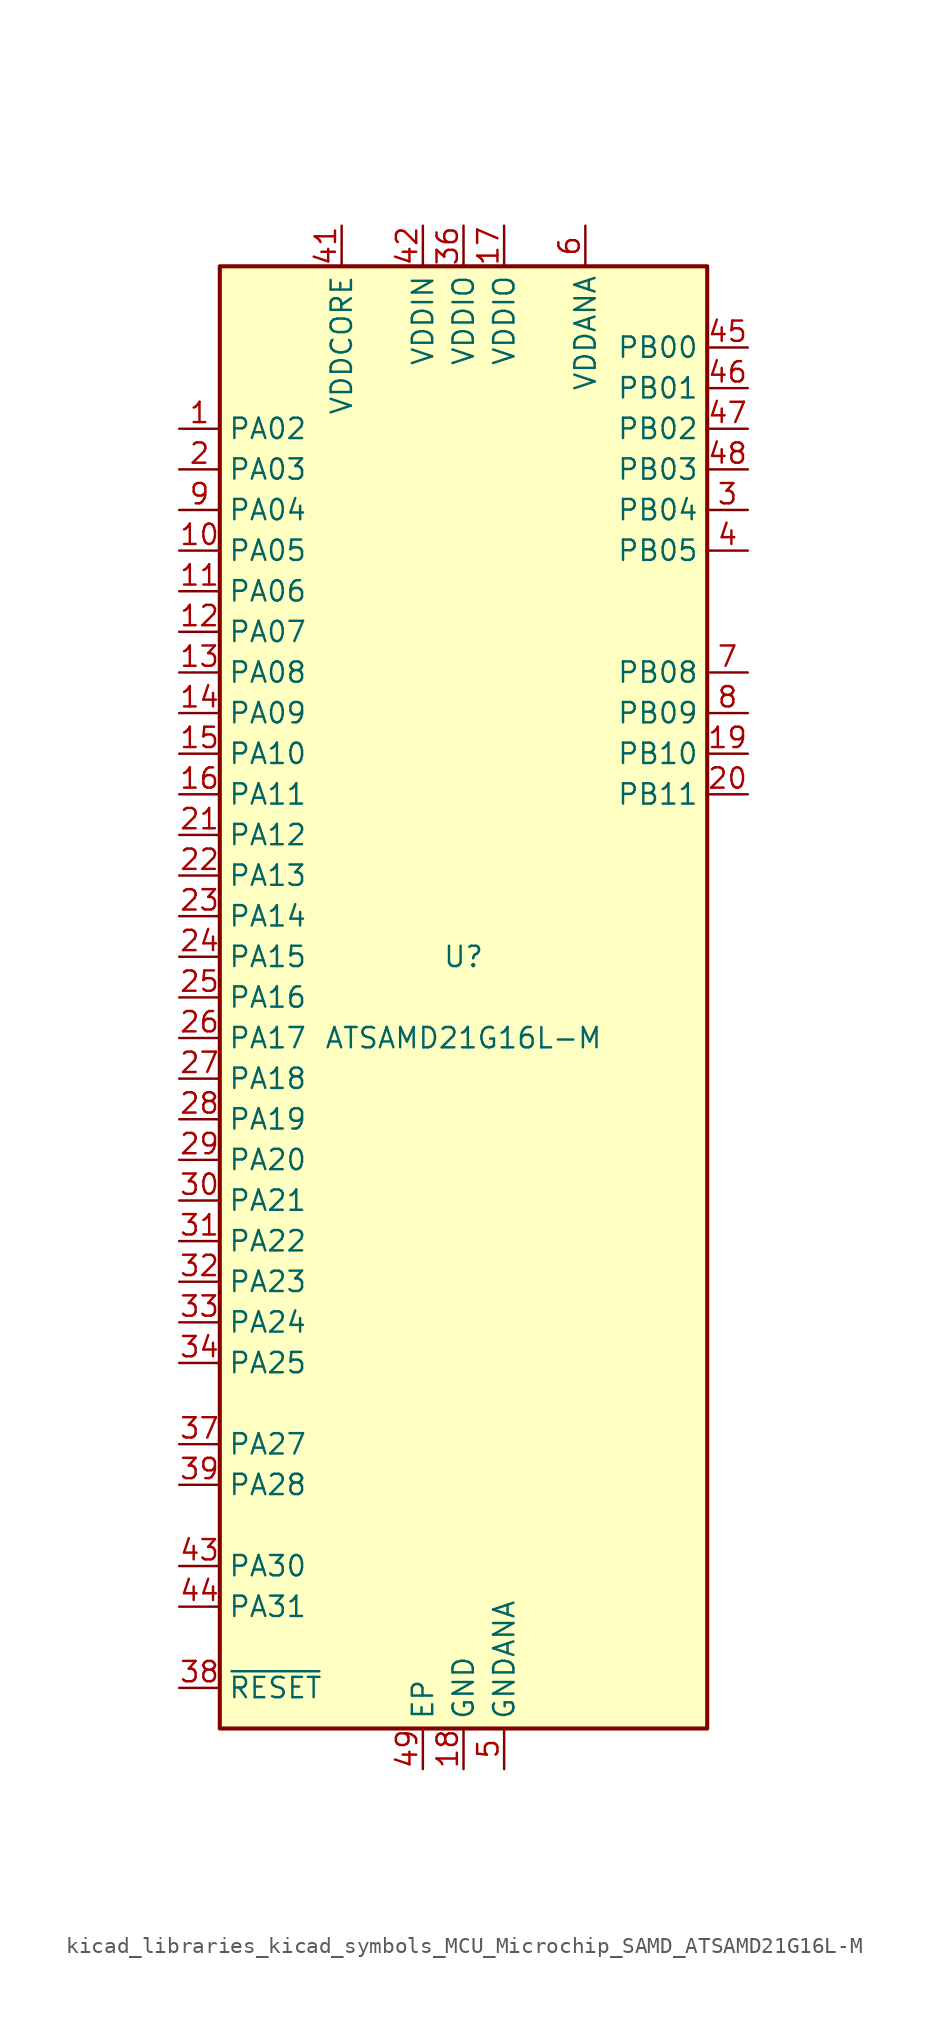
<source format=kicad_sym>
(kicad_symbol_lib
  (version 20220914)
  (generator kicad_symbol_editor)
  (symbol "kicad_libraries_kicad_symbols_MCU_Microchip_SAMD_ATSAMD21G16L-M"
    (property "Reference" "U"
      (at 0 2.54 0)
      (effects (font (size 1.27 1.27))))
    (property "Value" "ATSAMD21G16L-M"
      (at 0 -2.54 0)
      (effects (font (size 1.27 1.27))))
    (symbol "kicad_libraries_kicad_symbols_MCU_Microchip_SAMD_ATSAMD21G16L-M_0_1"
      (rectangle (start -15.24 45.72) (end 15.24 -45.72) (stroke (width 0.254) (type default)) (fill (type background))))
    (symbol "kicad_libraries_kicad_symbols_MCU_Microchip_SAMD_ATSAMD21G16L-M_1_1"
      (pin bidirectional line (at -17.78 35.56 0) (length 2.54) (name "PA02" (effects (font (size 1.27 1.27)))) (number "1" (effects (font (size 1.27 1.27)))))
      (pin bidirectional line (at -17.78 27.94 0) (length 2.54) (name "PA05" (effects (font (size 1.27 1.27)))) (number "10" (effects (font (size 1.27 1.27)))))
      (pin bidirectional line (at -17.78 25.4 0) (length 2.54) (name "PA06" (effects (font (size 1.27 1.27)))) (number "11" (effects (font (size 1.27 1.27)))))
      (pin bidirectional line (at -17.78 22.86 0) (length 2.54) (name "PA07" (effects (font (size 1.27 1.27)))) (number "12" (effects (font (size 1.27 1.27)))))
      (pin bidirectional line (at -17.78 20.32 0) (length 2.54) (name "PA08" (effects (font (size 1.27 1.27)))) (number "13" (effects (font (size 1.27 1.27)))))
      (pin bidirectional line (at -17.78 17.78 0) (length 2.54) (name "PA09" (effects (font (size 1.27 1.27)))) (number "14" (effects (font (size 1.27 1.27)))))
      (pin bidirectional line (at -17.78 15.24 0) (length 2.54) (name "PA10" (effects (font (size 1.27 1.27)))) (number "15" (effects (font (size 1.27 1.27)))))
      (pin bidirectional line (at -17.78 12.7 0) (length 2.54) (name "PA11" (effects (font (size 1.27 1.27)))) (number "16" (effects (font (size 1.27 1.27)))))
      (pin power_in line (at 2.54 48.26 270) (length 2.54) (name "VDDIO" (effects (font (size 1.27 1.27)))) (number "17" (effects (font (size 1.27 1.27)))))
      (pin power_in line (at 0 -48.26 90) (length 2.54) (name "GND" (effects (font (size 1.27 1.27)))) (number "18" (effects (font (size 1.27 1.27)))))
      (pin bidirectional line (at 17.78 15.24 180) (length 2.54) (name "PB10" (effects (font (size 1.27 1.27)))) (number "19" (effects (font (size 1.27 1.27)))))
      (pin bidirectional line (at -17.78 33.02 0) (length 2.54) (name "PA03" (effects (font (size 1.27 1.27)))) (number "2" (effects (font (size 1.27 1.27)))))
      (pin bidirectional line (at 17.78 12.7 180) (length 2.54) (name "PB11" (effects (font (size 1.27 1.27)))) (number "20" (effects (font (size 1.27 1.27)))))
      (pin bidirectional line (at -17.78 10.16 0) (length 2.54) (name "PA12" (effects (font (size 1.27 1.27)))) (number "21" (effects (font (size 1.27 1.27)))))
      (pin bidirectional line (at -17.78 7.62 0) (length 2.54) (name "PA13" (effects (font (size 1.27 1.27)))) (number "22" (effects (font (size 1.27 1.27)))))
      (pin bidirectional line (at -17.78 5.08 0) (length 2.54) (name "PA14" (effects (font (size 1.27 1.27)))) (number "23" (effects (font (size 1.27 1.27)))))
      (pin bidirectional line (at -17.78 2.54 0) (length 2.54) (name "PA15" (effects (font (size 1.27 1.27)))) (number "24" (effects (font (size 1.27 1.27)))))
      (pin bidirectional line (at -17.78 0 0) (length 2.54) (name "PA16" (effects (font (size 1.27 1.27)))) (number "25" (effects (font (size 1.27 1.27)))))
      (pin bidirectional line (at -17.78 -2.54 0) (length 2.54) (name "PA17" (effects (font (size 1.27 1.27)))) (number "26" (effects (font (size 1.27 1.27)))))
      (pin bidirectional line (at -17.78 -5.08 0) (length 2.54) (name "PA18" (effects (font (size 1.27 1.27)))) (number "27" (effects (font (size 1.27 1.27)))))
      (pin bidirectional line (at -17.78 -7.62 0) (length 2.54) (name "PA19" (effects (font (size 1.27 1.27)))) (number "28" (effects (font (size 1.27 1.27)))))
      (pin bidirectional line (at -17.78 -10.16 0) (length 2.54) (name "PA20" (effects (font (size 1.27 1.27)))) (number "29" (effects (font (size 1.27 1.27)))))
      (pin bidirectional line (at 17.78 30.48 180) (length 2.54) (name "PB04" (effects (font (size 1.27 1.27)))) (number "3" (effects (font (size 1.27 1.27)))))
      (pin bidirectional line (at -17.78 -12.7 0) (length 2.54) (name "PA21" (effects (font (size 1.27 1.27)))) (number "30" (effects (font (size 1.27 1.27)))))
      (pin bidirectional line (at -17.78 -15.24 0) (length 2.54) (name "PA22" (effects (font (size 1.27 1.27)))) (number "31" (effects (font (size 1.27 1.27)))))
      (pin bidirectional line (at -17.78 -17.78 0) (length 2.54) (name "PA23" (effects (font (size 1.27 1.27)))) (number "32" (effects (font (size 1.27 1.27)))))
      (pin bidirectional line (at -17.78 -20.32 0) (length 2.54) (name "PA24" (effects (font (size 1.27 1.27)))) (number "33" (effects (font (size 1.27 1.27)))))
      (pin bidirectional line (at -17.78 -22.86 0) (length 2.54) (name "PA25" (effects (font (size 1.27 1.27)))) (number "34" (effects (font (size 1.27 1.27)))))
      (pin passive line (at 0 -48.26 90) (length 2.54) hide (name "GND" (effects (font (size 1.27 1.27)))) (number "35" (effects (font (size 1.27 1.27)))))
      (pin power_in line (at 0 48.26 270) (length 2.54) (name "VDDIO" (effects (font (size 1.27 1.27)))) (number "36" (effects (font (size 1.27 1.27)))))
      (pin bidirectional line (at -17.78 -27.94 0) (length 2.54) (name "PA27" (effects (font (size 1.27 1.27)))) (number "37" (effects (font (size 1.27 1.27)))))
      (pin input line (at -17.78 -43.18 0) (length 2.54) (name "~{RESET}" (effects (font (size 1.27 1.27)))) (number "38" (effects (font (size 1.27 1.27)))))
      (pin bidirectional line (at -17.78 -30.48 0) (length 2.54) (name "PA28" (effects (font (size 1.27 1.27)))) (number "39" (effects (font (size 1.27 1.27)))))
      (pin bidirectional line (at 17.78 27.94 180) (length 2.54) (name "PB05" (effects (font (size 1.27 1.27)))) (number "4" (effects (font (size 1.27 1.27)))))
      (pin passive line (at 0 -48.26 90) (length 2.54) hide (name "GND" (effects (font (size 1.27 1.27)))) (number "40" (effects (font (size 1.27 1.27)))))
      (pin power_out line (at -7.62 48.26 270) (length 2.54) (name "VDDCORE" (effects (font (size 1.27 1.27)))) (number "41" (effects (font (size 1.27 1.27)))))
      (pin power_in line (at -2.54 48.26 270) (length 2.54) (name "VDDIN" (effects (font (size 1.27 1.27)))) (number "42" (effects (font (size 1.27 1.27)))))
      (pin bidirectional line (at -17.78 -35.56 0) (length 2.54) (name "PA30" (effects (font (size 1.27 1.27)))) (number "43" (effects (font (size 1.27 1.27)))))
      (pin bidirectional line (at -17.78 -38.1 0) (length 2.54) (name "PA31" (effects (font (size 1.27 1.27)))) (number "44" (effects (font (size 1.27 1.27)))))
      (pin bidirectional line (at 17.78 40.64 180) (length 2.54) (name "PB00" (effects (font (size 1.27 1.27)))) (number "45" (effects (font (size 1.27 1.27)))))
      (pin bidirectional line (at 17.78 38.1 180) (length 2.54) (name "PB01" (effects (font (size 1.27 1.27)))) (number "46" (effects (font (size 1.27 1.27)))))
      (pin bidirectional line (at 17.78 35.56 180) (length 2.54) (name "PB02" (effects (font (size 1.27 1.27)))) (number "47" (effects (font (size 1.27 1.27)))))
      (pin bidirectional line (at 17.78 33.02 180) (length 2.54) (name "PB03" (effects (font (size 1.27 1.27)))) (number "48" (effects (font (size 1.27 1.27)))))
      (pin passive line (at -2.54 -48.26 90) (length 2.54) (name "EP" (effects (font (size 1.27 1.27)))) (number "49" (effects (font (size 1.27 1.27)))))
      (pin power_in line (at 2.54 -48.26 90) (length 2.54) (name "GNDANA" (effects (font (size 1.27 1.27)))) (number "5" (effects (font (size 1.27 1.27)))))
      (pin power_in line (at 7.62 48.26 270) (length 2.54) (name "VDDANA" (effects (font (size 1.27 1.27)))) (number "6" (effects (font (size 1.27 1.27)))))
      (pin bidirectional line (at 17.78 20.32 180) (length 2.54) (name "PB08" (effects (font (size 1.27 1.27)))) (number "7" (effects (font (size 1.27 1.27)))))
      (pin bidirectional line (at 17.78 17.78 180) (length 2.54) (name "PB09" (effects (font (size 1.27 1.27)))) (number "8" (effects (font (size 1.27 1.27)))))
      (pin bidirectional line (at -17.78 30.48 0) (length 2.54) (name "PA04" (effects (font (size 1.27 1.27)))) (number "9" (effects (font (size 1.27 1.27))))))))
</source>
